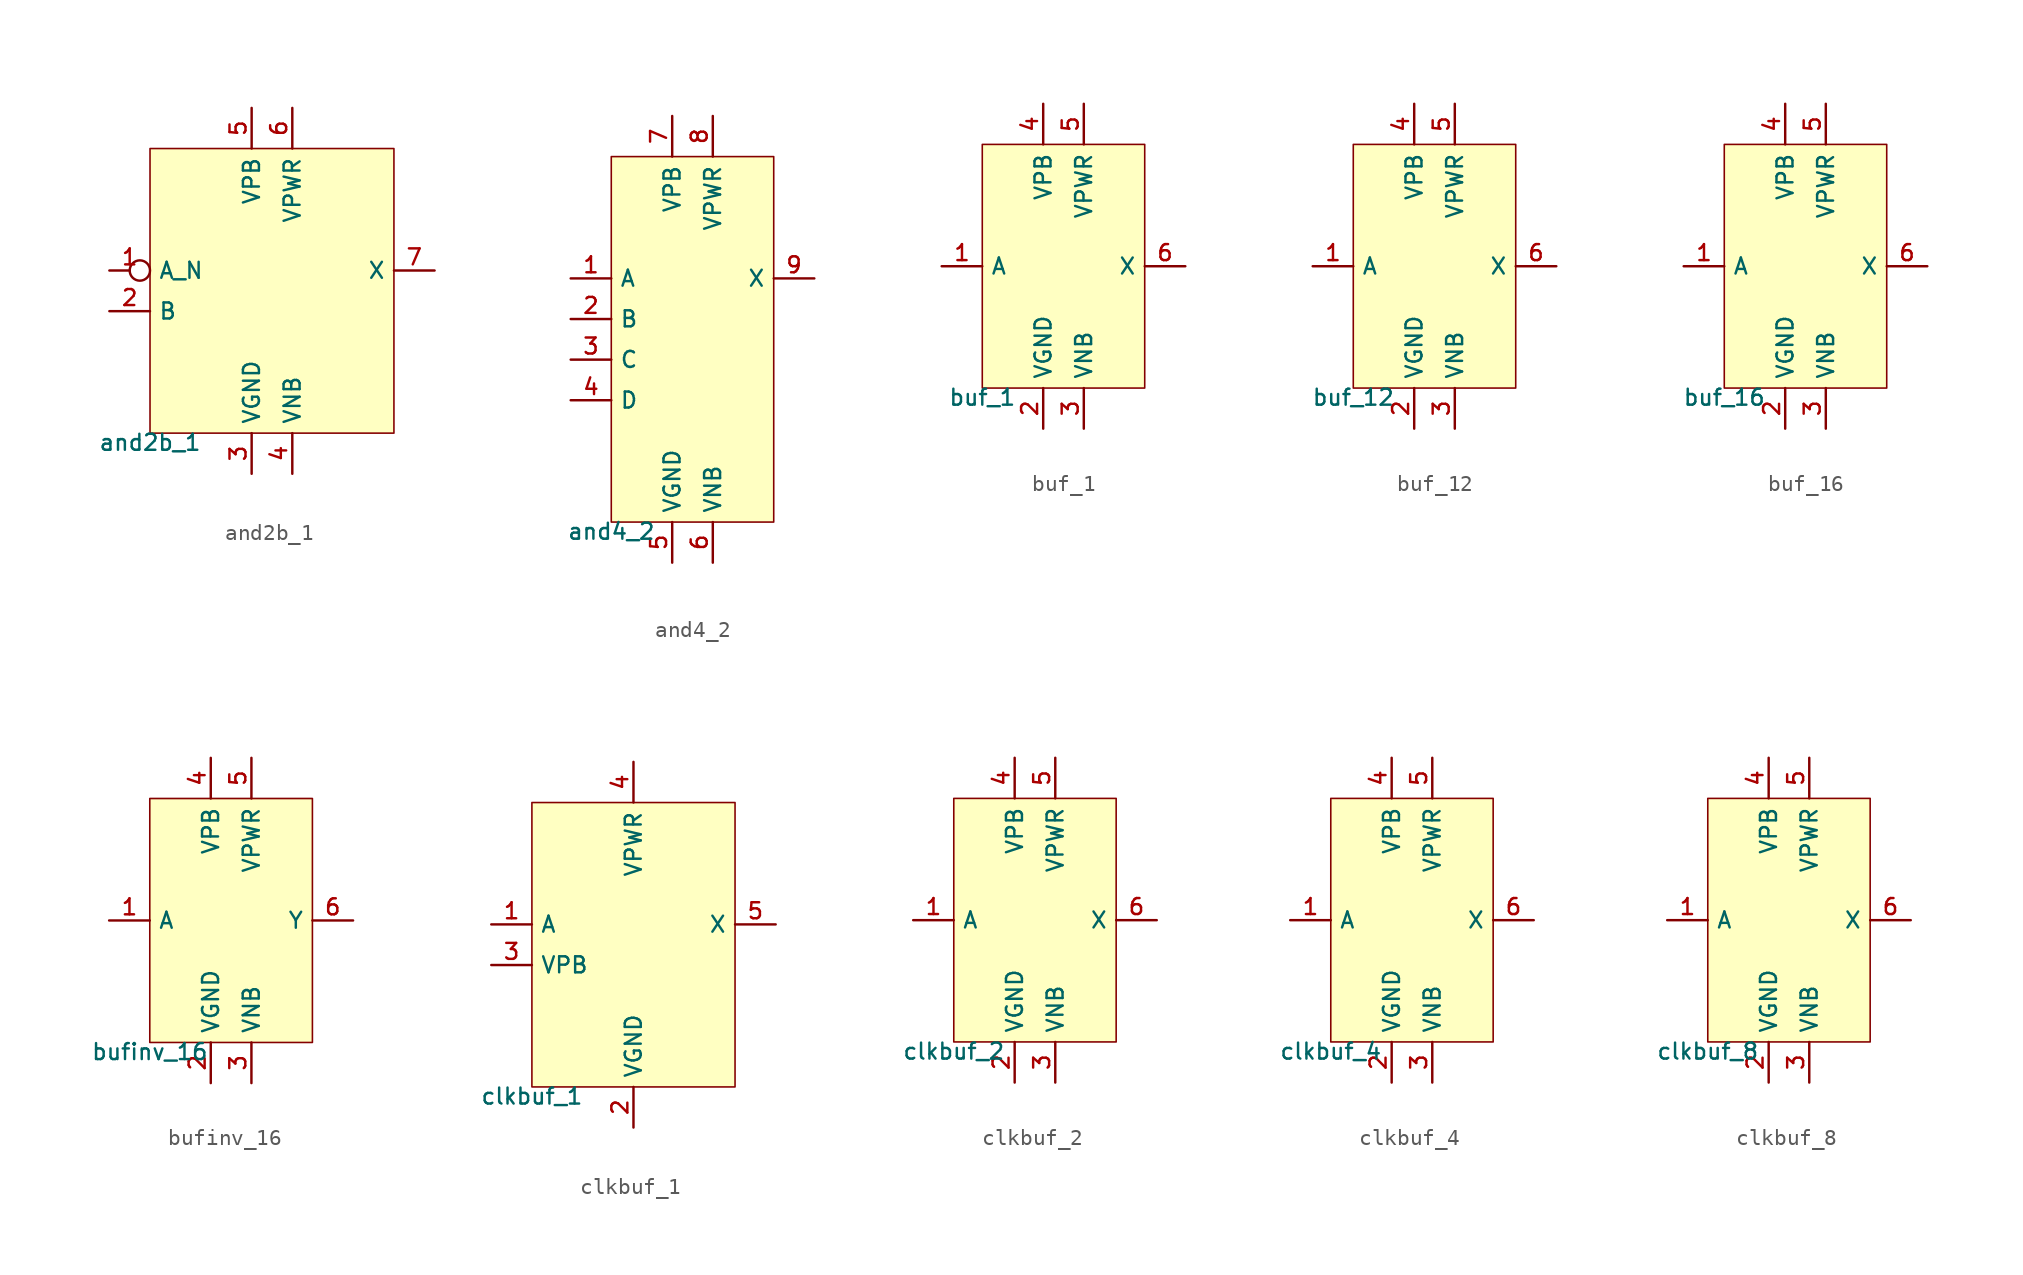
<source format=kicad_sym>
(kicad_symbol_lib
  (version 20211014)
  (generator pdk2kicad)
  (symbol "and2b_1"
    (property "Reference" "X"
      (at 0 0 0)
      (effects (font (size 1 1)) hide))
    (property "Value" "and2b_1"
      (at -7.62 -8.89 0)
      (effects (font (size 1 1)) (justify top)))
    (rectangle
      (start -7.62 -8.89)
      (end 7.62 8.89)
      (stroke (width 0.1) (type solid) (color 0 0 0 0))
      (fill (type background)))
    (pin input inverted
      (at -10.16 1.27 0)
      (length 2.54)
      (name "A_N" (effects (font (size 1 1)) hide))
      (number "1" (effects (font (size 1 1)) hide)))
    (pin input line
      (at -10.16 -1.27 0)
      (length 2.54)
      (name "B" (effects (font (size 1 1)) hide))
      (number "2" (effects (font (size 1 1)) hide)))
    (pin power_in line
      (at -1.27 -11.43 90)
      (length 2.54)
      (name "VGND" (effects (font (size 1 1)) hide))
      (number "3" (effects (font (size 1 1)) hide)))
    (pin power_in line
      (at 1.27 -11.43 90)
      (length 2.54)
      (name "VNB" (effects (font (size 1 1)) hide))
      (number "4" (effects (font (size 1 1)) hide)))
    (pin power_in line
      (at -1.27 11.43 270)
      (length 2.54)
      (name "VPB" (effects (font (size 1 1)) hide))
      (number "5" (effects (font (size 1 1)) hide)))
    (pin power_in line
      (at 1.27 11.43 270)
      (length 2.54)
      (name "VPWR" (effects (font (size 1 1)) hide))
      (number "6" (effects (font (size 1 1)) hide)))
    (pin output line
      (at 10.16 1.27 180)
      (length 2.54)
      (name "X" (effects (font (size 1 1)) hide))
      (number "7" (effects (font (size 1 1)) hide))))
  (symbol "and4_2"
    (property "Reference" "X"
      (at 0 0 0)
      (effects (font (size 1 1)) hide))
    (property "Value" "and4_2"
      (at -5.08 -11.43 0)
      (effects (font (size 1 1)) (justify top)))
    (rectangle
      (start -5.08 -11.43)
      (end 5.08 11.43)
      (stroke (width 0.1) (type solid) (color 0 0 0 0))
      (fill (type background)))
    (pin input line
      (at -7.62 3.81 0)
      (length 2.54)
      (name "A" (effects (font (size 1 1)) hide))
      (number "1" (effects (font (size 1 1)) hide)))
    (pin input line
      (at -7.62 1.27 0)
      (length 2.54)
      (name "B" (effects (font (size 1 1)) hide))
      (number "2" (effects (font (size 1 1)) hide)))
    (pin input line
      (at -7.62 -1.27 0)
      (length 2.54)
      (name "C" (effects (font (size 1 1)) hide))
      (number "3" (effects (font (size 1 1)) hide)))
    (pin input line
      (at -7.62 -3.81 0)
      (length 2.54)
      (name "D" (effects (font (size 1 1)) hide))
      (number "4" (effects (font (size 1 1)) hide)))
    (pin power_in line
      (at -1.27 -13.97 90)
      (length 2.54)
      (name "VGND" (effects (font (size 1 1)) hide))
      (number "5" (effects (font (size 1 1)) hide)))
    (pin power_in line
      (at 1.27 -13.97 90)
      (length 2.54)
      (name "VNB" (effects (font (size 1 1)) hide))
      (number "6" (effects (font (size 1 1)) hide)))
    (pin power_in line
      (at -1.27 13.97 270)
      (length 2.54)
      (name "VPB" (effects (font (size 1 1)) hide))
      (number "7" (effects (font (size 1 1)) hide)))
    (pin power_in line
      (at 1.27 13.97 270)
      (length 2.54)
      (name "VPWR" (effects (font (size 1 1)) hide))
      (number "8" (effects (font (size 1 1)) hide)))
    (pin output line
      (at 7.62 3.81 180)
      (length 2.54)
      (name "X" (effects (font (size 1 1)) hide))
      (number "9" (effects (font (size 1 1)) hide))))
  (symbol "buf_1"
    (property "Reference" "X"
      (at 0 0 0)
      (effects (font (size 1 1)) hide))
    (property "Value" "buf_1"
      (at -5.08 -7.62 0)
      (effects (font (size 1 1)) (justify top)))
    (rectangle
      (start -5.08 -7.62)
      (end 5.08 7.62)
      (stroke (width 0.1) (type solid) (color 0 0 0 0))
      (fill (type background)))
    (pin input line
      (at -7.62 0.0 0)
      (length 2.54)
      (name "A" (effects (font (size 1 1)) hide))
      (number "1" (effects (font (size 1 1)) hide)))
    (pin power_in line
      (at -1.27 -10.16 90)
      (length 2.54)
      (name "VGND" (effects (font (size 1 1)) hide))
      (number "2" (effects (font (size 1 1)) hide)))
    (pin power_in line
      (at 1.27 -10.16 90)
      (length 2.54)
      (name "VNB" (effects (font (size 1 1)) hide))
      (number "3" (effects (font (size 1 1)) hide)))
    (pin power_in line
      (at -1.27 10.16 270)
      (length 2.54)
      (name "VPB" (effects (font (size 1 1)) hide))
      (number "4" (effects (font (size 1 1)) hide)))
    (pin power_in line
      (at 1.27 10.16 270)
      (length 2.54)
      (name "VPWR" (effects (font (size 1 1)) hide))
      (number "5" (effects (font (size 1 1)) hide)))
    (pin output line
      (at 7.62 0.0 180)
      (length 2.54)
      (name "X" (effects (font (size 1 1)) hide))
      (number "6" (effects (font (size 1 1)) hide))))
  (symbol "buf_12"
    (property "Reference" "X"
      (at 0 0 0)
      (effects (font (size 1 1)) hide))
    (property "Value" "buf_12"
      (at -5.08 -7.62 0)
      (effects (font (size 1 1)) (justify top)))
    (rectangle
      (start -5.08 -7.62)
      (end 5.08 7.62)
      (stroke (width 0.1) (type solid) (color 0 0 0 0))
      (fill (type background)))
    (pin input line
      (at -7.62 0.0 0)
      (length 2.54)
      (name "A" (effects (font (size 1 1)) hide))
      (number "1" (effects (font (size 1 1)) hide)))
    (pin power_in line
      (at -1.27 -10.16 90)
      (length 2.54)
      (name "VGND" (effects (font (size 1 1)) hide))
      (number "2" (effects (font (size 1 1)) hide)))
    (pin power_in line
      (at 1.27 -10.16 90)
      (length 2.54)
      (name "VNB" (effects (font (size 1 1)) hide))
      (number "3" (effects (font (size 1 1)) hide)))
    (pin power_in line
      (at -1.27 10.16 270)
      (length 2.54)
      (name "VPB" (effects (font (size 1 1)) hide))
      (number "4" (effects (font (size 1 1)) hide)))
    (pin power_in line
      (at 1.27 10.16 270)
      (length 2.54)
      (name "VPWR" (effects (font (size 1 1)) hide))
      (number "5" (effects (font (size 1 1)) hide)))
    (pin output line
      (at 7.62 0.0 180)
      (length 2.54)
      (name "X" (effects (font (size 1 1)) hide))
      (number "6" (effects (font (size 1 1)) hide))))
  (symbol "buf_16"
    (property "Reference" "X"
      (at 0 0 0)
      (effects (font (size 1 1)) hide))
    (property "Value" "buf_16"
      (at -5.08 -7.62 0)
      (effects (font (size 1 1)) (justify top)))
    (rectangle
      (start -5.08 -7.62)
      (end 5.08 7.62)
      (stroke (width 0.1) (type solid) (color 0 0 0 0))
      (fill (type background)))
    (pin input line
      (at -7.62 0.0 0)
      (length 2.54)
      (name "A" (effects (font (size 1 1)) hide))
      (number "1" (effects (font (size 1 1)) hide)))
    (pin power_in line
      (at -1.27 -10.16 90)
      (length 2.54)
      (name "VGND" (effects (font (size 1 1)) hide))
      (number "2" (effects (font (size 1 1)) hide)))
    (pin power_in line
      (at 1.27 -10.16 90)
      (length 2.54)
      (name "VNB" (effects (font (size 1 1)) hide))
      (number "3" (effects (font (size 1 1)) hide)))
    (pin power_in line
      (at -1.27 10.16 270)
      (length 2.54)
      (name "VPB" (effects (font (size 1 1)) hide))
      (number "4" (effects (font (size 1 1)) hide)))
    (pin power_in line
      (at 1.27 10.16 270)
      (length 2.54)
      (name "VPWR" (effects (font (size 1 1)) hide))
      (number "5" (effects (font (size 1 1)) hide)))
    (pin output line
      (at 7.62 0.0 180)
      (length 2.54)
      (name "X" (effects (font (size 1 1)) hide))
      (number "6" (effects (font (size 1 1)) hide))))
  (symbol "bufinv_16"
    (property "Reference" "X"
      (at 0 0 0)
      (effects (font (size 1 1)) hide))
    (property "Value" "bufinv_16"
      (at -5.08 -7.62 0)
      (effects (font (size 1 1)) (justify top)))
    (rectangle
      (start -5.08 -7.62)
      (end 5.08 7.62)
      (stroke (width 0.1) (type solid) (color 0 0 0 0))
      (fill (type background)))
    (pin input line
      (at -7.62 0.0 0)
      (length 2.54)
      (name "A" (effects (font (size 1 1)) hide))
      (number "1" (effects (font (size 1 1)) hide)))
    (pin power_in line
      (at -1.27 -10.16 90)
      (length 2.54)
      (name "VGND" (effects (font (size 1 1)) hide))
      (number "2" (effects (font (size 1 1)) hide)))
    (pin power_in line
      (at 1.27 -10.16 90)
      (length 2.54)
      (name "VNB" (effects (font (size 1 1)) hide))
      (number "3" (effects (font (size 1 1)) hide)))
    (pin power_in line
      (at -1.27 10.16 270)
      (length 2.54)
      (name "VPB" (effects (font (size 1 1)) hide))
      (number "4" (effects (font (size 1 1)) hide)))
    (pin power_in line
      (at 1.27 10.16 270)
      (length 2.54)
      (name "VPWR" (effects (font (size 1 1)) hide))
      (number "5" (effects (font (size 1 1)) hide)))
    (pin output line
      (at 7.62 0.0 180)
      (length 2.54)
      (name "Y" (effects (font (size 1 1)) hide))
      (number "6" (effects (font (size 1 1)) hide))))
  (symbol "clkbuf_1"
    (property "Reference" "X"
      (at 0 0 0)
      (effects (font (size 1 1)) hide))
    (property "Value" "clkbuf_1"
      (at -6.35 -8.89 0)
      (effects (font (size 1 1)) (justify top)))
    (rectangle
      (start -6.35 -8.89)
      (end 6.35 8.89)
      (stroke (width 0.1) (type solid) (color 0 0 0 0))
      (fill (type background)))
    (pin input line
      (at -8.89 1.27 0)
      (length 2.54)
      (name "A" (effects (font (size 1 1)) hide))
      (number "1" (effects (font (size 1 1)) hide)))
    (pin power_in line
      (at 4.440892098500626e-16 -11.43 90)
      (length 2.54)
      (name "VGND" (effects (font (size 1 1)) hide))
      (number "2" (effects (font (size 1 1)) hide)))
    (pin input line
      (at -8.89 -1.27 0)
      (length 2.54)
      (name "VPB" (effects (font (size 1 1)) hide))
      (number "3" (effects (font (size 1 1)) hide)))
    (pin power_in line
      (at 4.440892098500626e-16 11.43 270)
      (length 2.54)
      (name "VPWR" (effects (font (size 1 1)) hide))
      (number "4" (effects (font (size 1 1)) hide)))
    (pin output line
      (at 8.89 1.27 180)
      (length 2.54)
      (name "X" (effects (font (size 1 1)) hide))
      (number "5" (effects (font (size 1 1)) hide))))
  (symbol "clkbuf_2"
    (property "Reference" "X"
      (at 0 0 0)
      (effects (font (size 1 1)) hide))
    (property "Value" "clkbuf_2"
      (at -5.08 -7.62 0)
      (effects (font (size 1 1)) (justify top)))
    (rectangle
      (start -5.08 -7.62)
      (end 5.08 7.62)
      (stroke (width 0.1) (type solid) (color 0 0 0 0))
      (fill (type background)))
    (pin input line
      (at -7.62 0.0 0)
      (length 2.54)
      (name "A" (effects (font (size 1 1)) hide))
      (number "1" (effects (font (size 1 1)) hide)))
    (pin power_in line
      (at -1.27 -10.16 90)
      (length 2.54)
      (name "VGND" (effects (font (size 1 1)) hide))
      (number "2" (effects (font (size 1 1)) hide)))
    (pin power_in line
      (at 1.27 -10.16 90)
      (length 2.54)
      (name "VNB" (effects (font (size 1 1)) hide))
      (number "3" (effects (font (size 1 1)) hide)))
    (pin power_in line
      (at -1.27 10.16 270)
      (length 2.54)
      (name "VPB" (effects (font (size 1 1)) hide))
      (number "4" (effects (font (size 1 1)) hide)))
    (pin power_in line
      (at 1.27 10.16 270)
      (length 2.54)
      (name "VPWR" (effects (font (size 1 1)) hide))
      (number "5" (effects (font (size 1 1)) hide)))
    (pin output line
      (at 7.62 0.0 180)
      (length 2.54)
      (name "X" (effects (font (size 1 1)) hide))
      (number "6" (effects (font (size 1 1)) hide))))
  (symbol "clkbuf_4"
    (property "Reference" "X"
      (at 0 0 0)
      (effects (font (size 1 1)) hide))
    (property "Value" "clkbuf_4"
      (at -5.08 -7.62 0)
      (effects (font (size 1 1)) (justify top)))
    (rectangle
      (start -5.08 -7.62)
      (end 5.08 7.62)
      (stroke (width 0.1) (type solid) (color 0 0 0 0))
      (fill (type background)))
    (pin input line
      (at -7.62 0.0 0)
      (length 2.54)
      (name "A" (effects (font (size 1 1)) hide))
      (number "1" (effects (font (size 1 1)) hide)))
    (pin power_in line
      (at -1.27 -10.16 90)
      (length 2.54)
      (name "VGND" (effects (font (size 1 1)) hide))
      (number "2" (effects (font (size 1 1)) hide)))
    (pin power_in line
      (at 1.27 -10.16 90)
      (length 2.54)
      (name "VNB" (effects (font (size 1 1)) hide))
      (number "3" (effects (font (size 1 1)) hide)))
    (pin power_in line
      (at -1.27 10.16 270)
      (length 2.54)
      (name "VPB" (effects (font (size 1 1)) hide))
      (number "4" (effects (font (size 1 1)) hide)))
    (pin power_in line
      (at 1.27 10.16 270)
      (length 2.54)
      (name "VPWR" (effects (font (size 1 1)) hide))
      (number "5" (effects (font (size 1 1)) hide)))
    (pin output line
      (at 7.62 0.0 180)
      (length 2.54)
      (name "X" (effects (font (size 1 1)) hide))
      (number "6" (effects (font (size 1 1)) hide))))
  (symbol "clkbuf_8"
    (property "Reference" "X"
      (at 0 0 0)
      (effects (font (size 1 1)) hide))
    (property "Value" "clkbuf_8"
      (at -5.08 -7.62 0)
      (effects (font (size 1 1)) (justify top)))
    (rectangle
      (start -5.08 -7.62)
      (end 5.08 7.62)
      (stroke (width 0.1) (type solid) (color 0 0 0 0))
      (fill (type background)))
    (pin input line
      (at -7.62 0.0 0)
      (length 2.54)
      (name "A" (effects (font (size 1 1)) hide))
      (number "1" (effects (font (size 1 1)) hide)))
    (pin power_in line
      (at -1.27 -10.16 90)
      (length 2.54)
      (name "VGND" (effects (font (size 1 1)) hide))
      (number "2" (effects (font (size 1 1)) hide)))
    (pin power_in line
      (at 1.27 -10.16 90)
      (length 2.54)
      (name "VNB" (effects (font (size 1 1)) hide))
      (number "3" (effects (font (size 1 1)) hide)))
    (pin power_in line
      (at -1.27 10.16 270)
      (length 2.54)
      (name "VPB" (effects (font (size 1 1)) hide))
      (number "4" (effects (font (size 1 1)) hide)))
    (pin power_in line
      (at 1.27 10.16 270)
      (length 2.54)
      (name "VPWR" (effects (font (size 1 1)) hide))
      (number "5" (effects (font (size 1 1)) hide)))
    (pin output line
      (at 7.62 0.0 180)
      (length 2.54)
      (name "X" (effects (font (size 1 1)) hide))
      (number "6" (effects (font (size 1 1)) hide)))))
</source>
